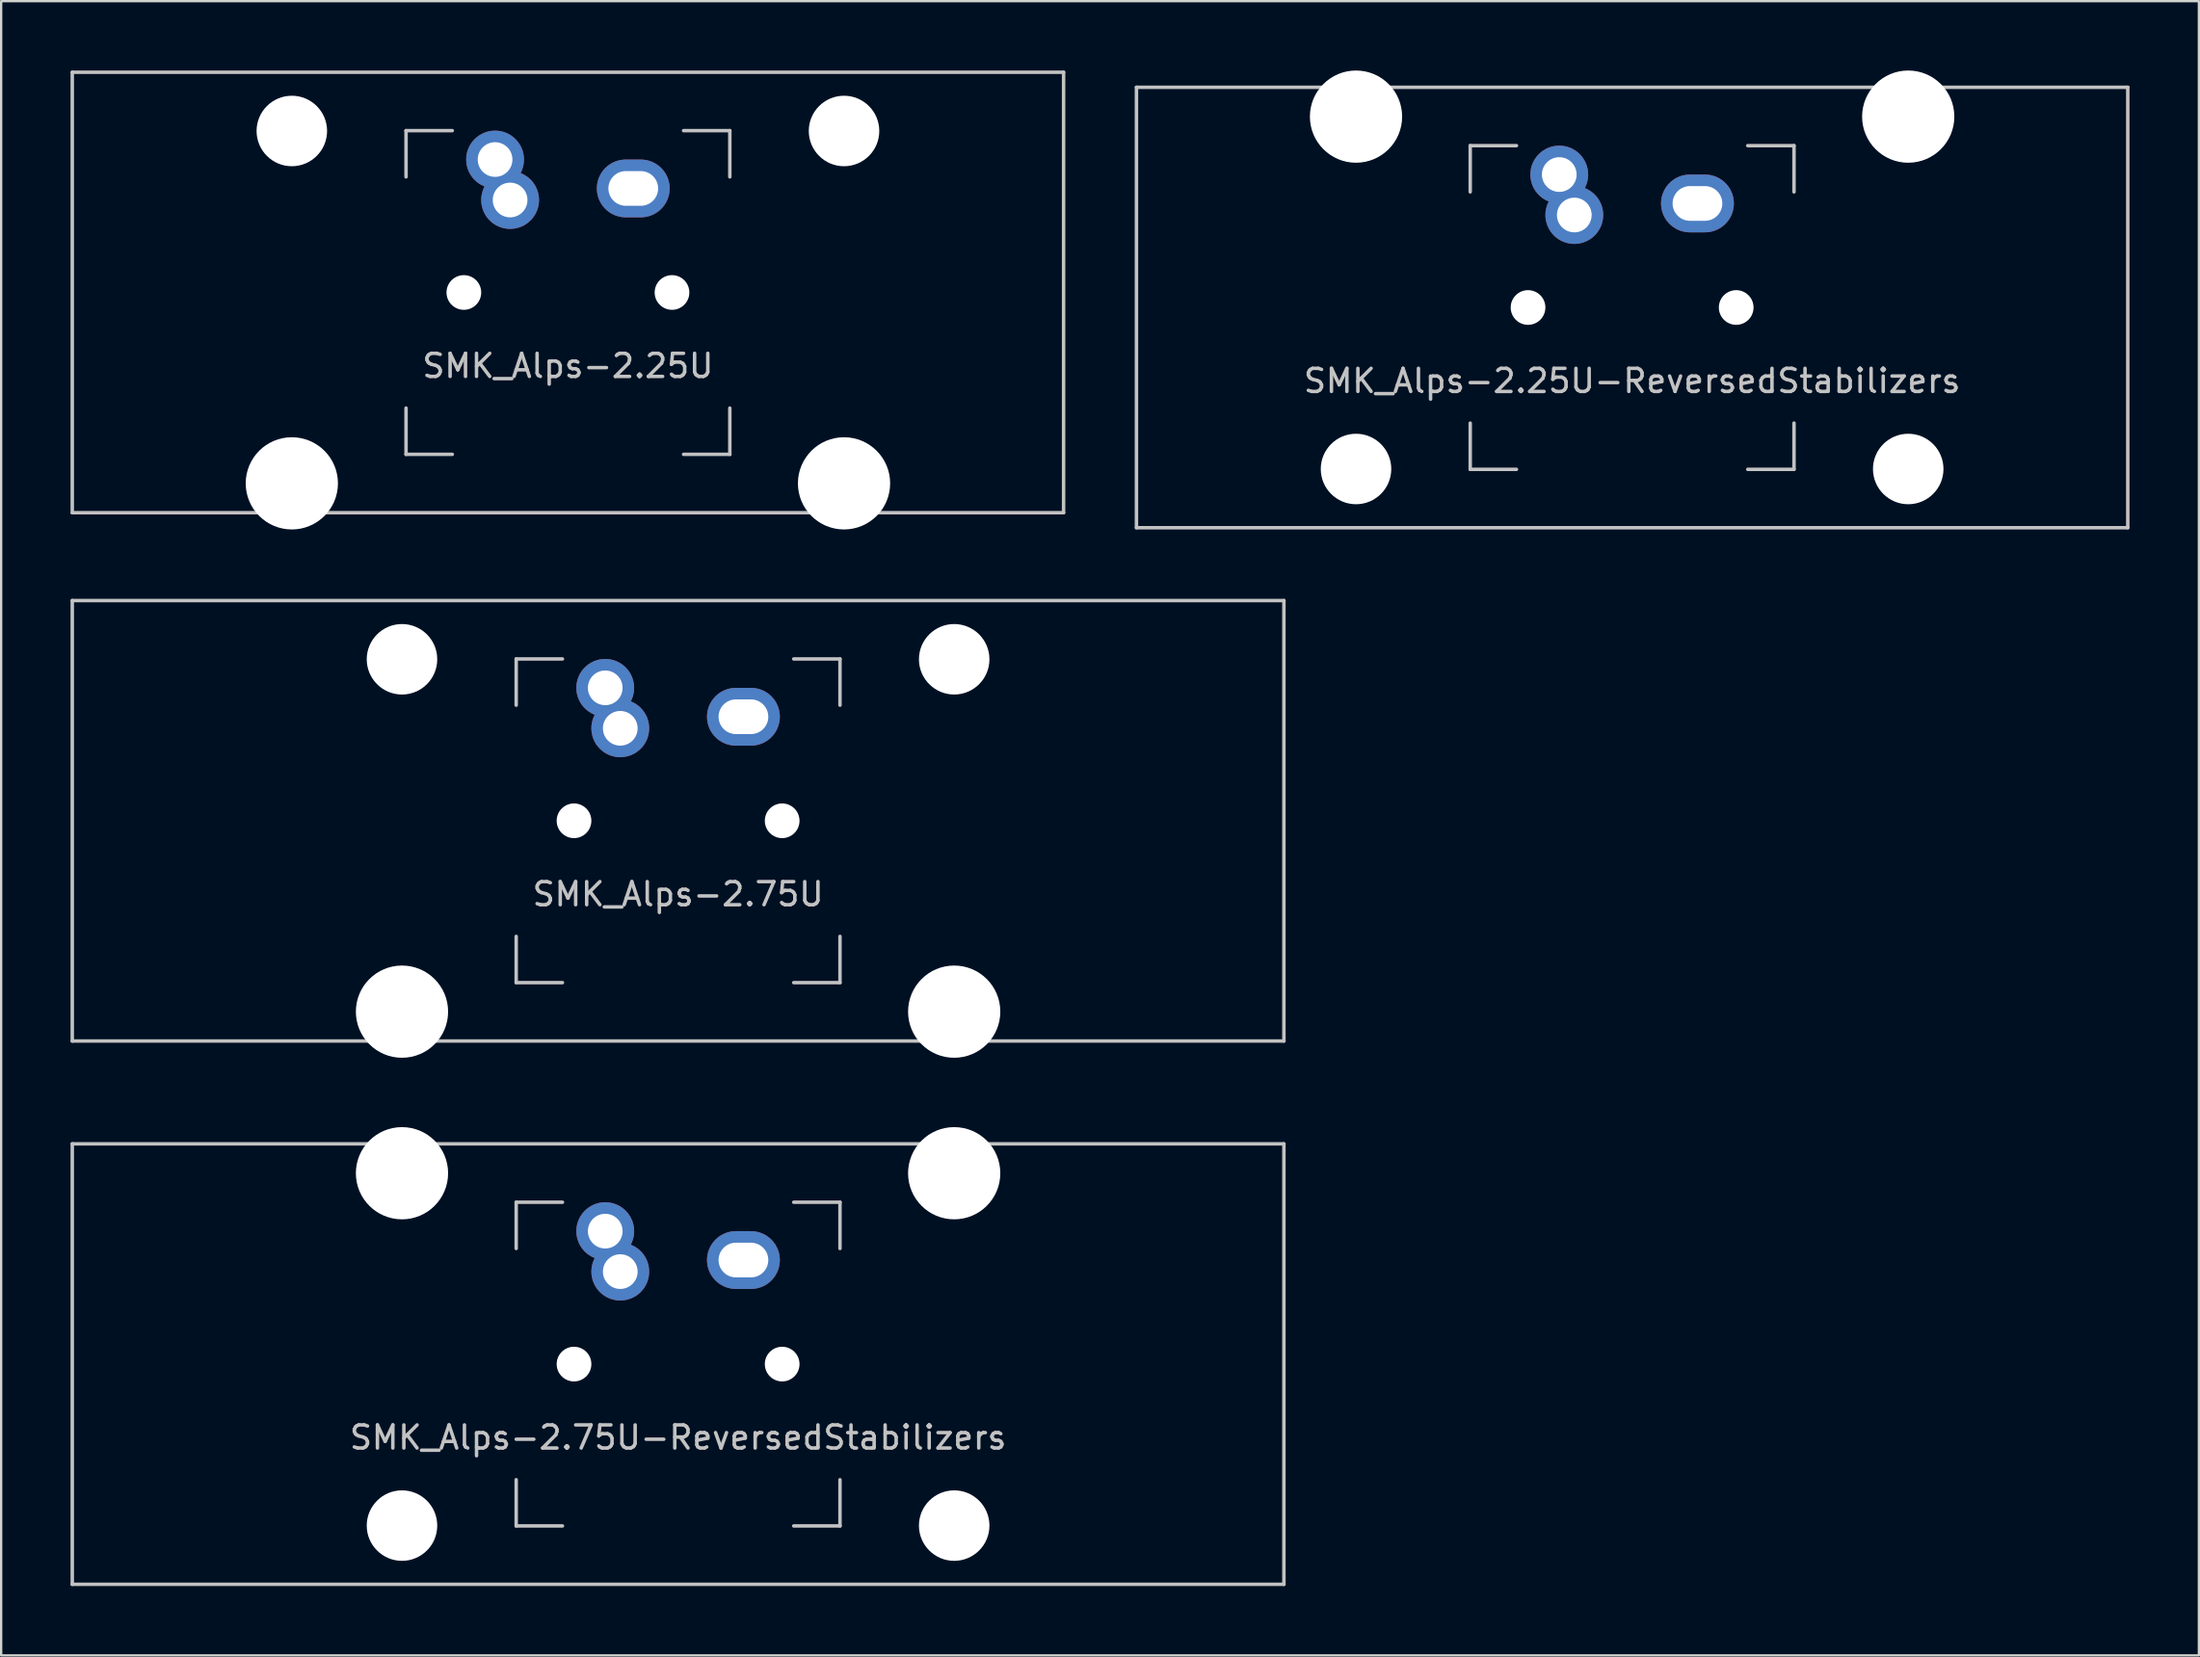
<source format=kicad_pcb>
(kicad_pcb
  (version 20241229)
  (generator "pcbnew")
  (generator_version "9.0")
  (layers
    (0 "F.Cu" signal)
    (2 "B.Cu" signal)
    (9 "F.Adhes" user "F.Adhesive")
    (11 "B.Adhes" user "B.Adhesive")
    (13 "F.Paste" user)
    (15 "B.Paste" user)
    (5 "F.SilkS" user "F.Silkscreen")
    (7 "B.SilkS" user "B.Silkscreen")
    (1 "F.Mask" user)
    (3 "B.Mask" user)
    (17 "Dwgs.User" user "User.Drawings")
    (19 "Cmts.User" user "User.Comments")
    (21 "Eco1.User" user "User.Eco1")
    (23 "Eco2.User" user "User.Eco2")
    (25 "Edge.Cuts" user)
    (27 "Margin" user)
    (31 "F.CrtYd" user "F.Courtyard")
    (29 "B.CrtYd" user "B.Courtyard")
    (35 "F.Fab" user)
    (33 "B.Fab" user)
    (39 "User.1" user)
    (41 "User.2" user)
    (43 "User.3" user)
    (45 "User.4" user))
  (footprint "SMK_Alps-2.75U-ReversedStabilizers"
    (layer "F.Cu")
    (at 26.269 55.947)
    (property "Reference" "SMK_Alps-2.75U-ReversedStabilizers" (at 0 3.175 0) (layer "Dwgs.User") (effects (font (size 1 1) (thickness 0.15))))
    (attr through_hole)
    (fp_line (start -26.194 -9.525) (end 26.194 -9.525) (stroke (width 0.15) (type solid)) (layer "Dwgs.User"))
    (fp_line (start -26.194 9.525) (end -26.194 -9.525) (stroke (width 0.15) (type solid)) (layer "Dwgs.User"))
    (fp_line (start -26.194 9.525) (end 26.194 9.525) (stroke (width 0.15) (type solid)) (layer "Dwgs.User"))
    (fp_line (start -7 -7) (end -7 -5) (stroke (width 0.15) (type solid)) (layer "Dwgs.User"))
    (fp_line (start -7 5) (end -7 7) (stroke (width 0.15) (type solid)) (layer "Dwgs.User"))
    (fp_line (start -7 7) (end -5 7) (stroke (width 0.15) (type solid)) (layer "Dwgs.User"))
    (fp_line (start -5 -7) (end -7 -7) (stroke (width 0.15) (type solid)) (layer "Dwgs.User"))
    (fp_line (start 5 -7) (end 7 -7) (stroke (width 0.15) (type solid)) (layer "Dwgs.User"))
    (fp_line (start 5 7) (end 7 7) (stroke (width 0.15) (type solid)) (layer "Dwgs.User"))
    (fp_line (start 7 -7) (end 7 -5) (stroke (width 0.15) (type solid)) (layer "Dwgs.User"))
    (fp_line (start 7 7) (end 7 5) (stroke (width 0.15) (type solid)) (layer "Dwgs.User"))
    (fp_line (start 26.194 -9.525) (end 26.194 9.525) (stroke (width 0.15) (type solid)) (layer "Dwgs.User"))
    (pad "" np_thru_hole circle (at -11.938 -8.255) (size 3.988 3.988) (drill 3.988) (layers "*.Cu" "*.Mask"))
    (pad "" np_thru_hole circle (at -11.938 6.985) (size 3.048 3.048) (drill 3.048) (layers "*.Cu" "*.Mask"))
    (pad "" np_thru_hole circle (at -4.5 0 330.95) (size 1.5 1.5) (drill 1.5) (layers "*.Cu" "*.Mask"))
    (pad "" np_thru_hole circle (at 4.5 0 330.95) (size 1.5 1.5) (drill 1.5) (layers "*.Cu" "*.Mask"))
    (pad "" np_thru_hole circle (at 11.938 -8.255) (size 3.988 3.988) (drill 3.988) (layers "*.Cu" "*.Mask"))
    (pad "" np_thru_hole circle (at 11.938 6.985) (size 3.048 3.048) (drill 3.048) (layers "*.Cu" "*.Mask"))
    (pad "SW1" thru_hole circle (at -3.15 -5.75) (size 2.5 2.5) (drill 1.5) (layers "*.Cu" "*.Mask"))
    (pad "SW1" thru_hole circle (at -2.5 -4 330.95) (size 2.5 2.5) (drill 1.5) (layers "*.Cu" "*.Mask"))
    (pad "SW2" thru_hole oval (at 2.825 -4.5) (size 3.15 2.5) (drill oval 2.15 1.5) (layers "*.Cu" "*.Mask")))
  (footprint "SMK_Alps-2.25U"
    (layer "F.Cu")
    (at 21.506 9.6)
    (property "Reference" "SMK_Alps-2.25U" (at 0 3.175 0) (layer "Dwgs.User") (effects (font (size 1 1) (thickness 0.15))))
    (attr through_hole)
    (fp_line (start -21.431 -9.525) (end 21.431 -9.525) (stroke (width 0.15) (type solid)) (layer "Dwgs.User"))
    (fp_line (start -21.431 9.525) (end -21.431 -9.525) (stroke (width 0.15) (type solid)) (layer "Dwgs.User"))
    (fp_line (start -21.431 9.525) (end 21.431 9.525) (stroke (width 0.15) (type solid)) (layer "Dwgs.User"))
    (fp_line (start -7 -7) (end -7 -5) (stroke (width 0.15) (type solid)) (layer "Dwgs.User"))
    (fp_line (start -7 5) (end -7 7) (stroke (width 0.15) (type solid)) (layer "Dwgs.User"))
    (fp_line (start -7 7) (end -5 7) (stroke (width 0.15) (type solid)) (layer "Dwgs.User"))
    (fp_line (start -5 -7) (end -7 -7) (stroke (width 0.15) (type solid)) (layer "Dwgs.User"))
    (fp_line (start 5 -7) (end 7 -7) (stroke (width 0.15) (type solid)) (layer "Dwgs.User"))
    (fp_line (start 5 7) (end 7 7) (stroke (width 0.15) (type solid)) (layer "Dwgs.User"))
    (fp_line (start 7 -7) (end 7 -5) (stroke (width 0.15) (type solid)) (layer "Dwgs.User"))
    (fp_line (start 7 7) (end 7 5) (stroke (width 0.15) (type solid)) (layer "Dwgs.User"))
    (fp_line (start 21.431 -9.525) (end 21.431 9.525) (stroke (width 0.15) (type solid)) (layer "Dwgs.User"))
    (pad "" np_thru_hole circle (at -11.938 -6.985) (size 3.048 3.048) (drill 3.048) (layers "*.Cu" "*.Mask"))
    (pad "" np_thru_hole circle (at -11.938 8.255) (size 3.988 3.988) (drill 3.988) (layers "*.Cu" "*.Mask"))
    (pad "" np_thru_hole circle (at -4.5 0 330.95) (size 1.5 1.5) (drill 1.5) (layers "*.Cu" "*.Mask"))
    (pad "" np_thru_hole circle (at 4.5 0 330.95) (size 1.5 1.5) (drill 1.5) (layers "*.Cu" "*.Mask"))
    (pad "" np_thru_hole circle (at 11.938 -6.985) (size 3.048 3.048) (drill 3.048) (layers "*.Cu" "*.Mask"))
    (pad "" np_thru_hole circle (at 11.938 8.255) (size 3.988 3.988) (drill 3.988) (layers "*.Cu" "*.Mask"))
    (pad "SW1" thru_hole circle (at -3.15 -5.75) (size 2.5 2.5) (drill 1.5) (layers "*.Cu" "*.Mask"))
    (pad "SW1" thru_hole circle (at -2.5 -4 330.95) (size 2.5 2.5) (drill 1.5) (layers "*.Cu" "*.Mask"))
    (pad "SW2" thru_hole oval (at 2.825 -4.5) (size 3.15 2.5) (drill oval 2.15 1.5) (layers "*.Cu" "*.Mask")))
  (footprint "SMK_Alps-2.25U-ReversedStabilizers"
    (layer "F.Cu")
    (at 67.519 10.249)
    (property "Reference" "SMK_Alps-2.25U-ReversedStabilizers" (at 0 3.175 0) (layer "Dwgs.User") (effects (font (size 1 1) (thickness 0.15))))
    (attr through_hole)
    (fp_line (start -21.431 -9.525) (end 21.431 -9.525) (stroke (width 0.15) (type solid)) (layer "Dwgs.User"))
    (fp_line (start -21.431 9.525) (end -21.431 -9.525) (stroke (width 0.15) (type solid)) (layer "Dwgs.User"))
    (fp_line (start -21.431 9.525) (end 21.431 9.525) (stroke (width 0.15) (type solid)) (layer "Dwgs.User"))
    (fp_line (start -7 -7) (end -7 -5) (stroke (width 0.15) (type solid)) (layer "Dwgs.User"))
    (fp_line (start -7 5) (end -7 7) (stroke (width 0.15) (type solid)) (layer "Dwgs.User"))
    (fp_line (start -7 7) (end -5 7) (stroke (width 0.15) (type solid)) (layer "Dwgs.User"))
    (fp_line (start -5 -7) (end -7 -7) (stroke (width 0.15) (type solid)) (layer "Dwgs.User"))
    (fp_line (start 5 -7) (end 7 -7) (stroke (width 0.15) (type solid)) (layer "Dwgs.User"))
    (fp_line (start 5 7) (end 7 7) (stroke (width 0.15) (type solid)) (layer "Dwgs.User"))
    (fp_line (start 7 -7) (end 7 -5) (stroke (width 0.15) (type solid)) (layer "Dwgs.User"))
    (fp_line (start 7 7) (end 7 5) (stroke (width 0.15) (type solid)) (layer "Dwgs.User"))
    (fp_line (start 21.431 -9.525) (end 21.431 9.525) (stroke (width 0.15) (type solid)) (layer "Dwgs.User"))
    (pad "" np_thru_hole circle (at -11.938 -8.255) (size 3.988 3.988) (drill 3.988) (layers "*.Cu" "*.Mask"))
    (pad "" np_thru_hole circle (at -11.938 6.985) (size 3.048 3.048) (drill 3.048) (layers "*.Cu" "*.Mask"))
    (pad "" np_thru_hole circle (at -4.5 0 330.95) (size 1.5 1.5) (drill 1.5) (layers "*.Cu" "*.Mask"))
    (pad "" np_thru_hole circle (at 4.5 0 330.95) (size 1.5 1.5) (drill 1.5) (layers "*.Cu" "*.Mask"))
    (pad "" np_thru_hole circle (at 11.938 -8.255) (size 3.988 3.988) (drill 3.988) (layers "*.Cu" "*.Mask"))
    (pad "" np_thru_hole circle (at 11.938 6.985) (size 3.048 3.048) (drill 3.048) (layers "*.Cu" "*.Mask"))
    (pad "SW1" thru_hole circle (at -3.15 -5.75) (size 2.5 2.5) (drill 1.5) (layers "*.Cu" "*.Mask"))
    (pad "SW1" thru_hole circle (at -2.5 -4 330.95) (size 2.5 2.5) (drill 1.5) (layers "*.Cu" "*.Mask"))
    (pad "SW2" thru_hole oval (at 2.825 -4.5) (size 3.15 2.5) (drill oval 2.15 1.5) (layers "*.Cu" "*.Mask")))
  (footprint "SMK_Alps-2.75U"
    (layer "F.Cu")
    (at 26.269 32.449)
    (property "Reference" "SMK_Alps-2.75U" (at 0 3.175 0) (layer "Dwgs.User") (effects (font (size 1 1) (thickness 0.15))))
    (attr through_hole)
    (fp_line (start -26.194 -9.525) (end 26.194 -9.525) (stroke (width 0.15) (type solid)) (layer "Dwgs.User"))
    (fp_line (start -26.194 9.525) (end -26.194 -9.525) (stroke (width 0.15) (type solid)) (layer "Dwgs.User"))
    (fp_line (start -26.194 9.525) (end 26.194 9.525) (stroke (width 0.15) (type solid)) (layer "Dwgs.User"))
    (fp_line (start -7 -7) (end -7 -5) (stroke (width 0.15) (type solid)) (layer "Dwgs.User"))
    (fp_line (start -7 5) (end -7 7) (stroke (width 0.15) (type solid)) (layer "Dwgs.User"))
    (fp_line (start -7 7) (end -5 7) (stroke (width 0.15) (type solid)) (layer "Dwgs.User"))
    (fp_line (start -5 -7) (end -7 -7) (stroke (width 0.15) (type solid)) (layer "Dwgs.User"))
    (fp_line (start 5 -7) (end 7 -7) (stroke (width 0.15) (type solid)) (layer "Dwgs.User"))
    (fp_line (start 5 7) (end 7 7) (stroke (width 0.15) (type solid)) (layer "Dwgs.User"))
    (fp_line (start 7 -7) (end 7 -5) (stroke (width 0.15) (type solid)) (layer "Dwgs.User"))
    (fp_line (start 7 7) (end 7 5) (stroke (width 0.15) (type solid)) (layer "Dwgs.User"))
    (fp_line (start 26.194 -9.525) (end 26.194 9.525) (stroke (width 0.15) (type solid)) (layer "Dwgs.User"))
    (pad "" np_thru_hole circle (at -11.938 -6.985) (size 3.048 3.048) (drill 3.048) (layers "*.Cu" "*.Mask"))
    (pad "" np_thru_hole circle (at -11.938 8.255) (size 3.988 3.988) (drill 3.988) (layers "*.Cu" "*.Mask"))
    (pad "" np_thru_hole circle (at -4.5 0 330.95) (size 1.5 1.5) (drill 1.5) (layers "*.Cu" "*.Mask"))
    (pad "" np_thru_hole circle (at 4.5 0 330.95) (size 1.5 1.5) (drill 1.5) (layers "*.Cu" "*.Mask"))
    (pad "" np_thru_hole circle (at 11.938 -6.985) (size 3.048 3.048) (drill 3.048) (layers "*.Cu" "*.Mask"))
    (pad "" np_thru_hole circle (at 11.938 8.255) (size 3.988 3.988) (drill 3.988) (layers "*.Cu" "*.Mask"))
    (pad "SW1" thru_hole circle (at -3.15 -5.75) (size 2.5 2.5) (drill 1.5) (layers "*.Cu" "*.Mask"))
    (pad "SW1" thru_hole circle (at -2.5 -4 330.95) (size 2.5 2.5) (drill 1.5) (layers "*.Cu" "*.Mask"))
    (pad "SW2" thru_hole oval (at 2.825 -4.5) (size 3.15 2.5) (drill oval 2.15 1.5) (layers "*.Cu" "*.Mask")))
  (gr_rect
    (start -3 -3)
    (end 92.025 68.547)
    (stroke (width 0.1) (type default))
    (fill no)
    (layer "Edge.Cuts")))
</source>
